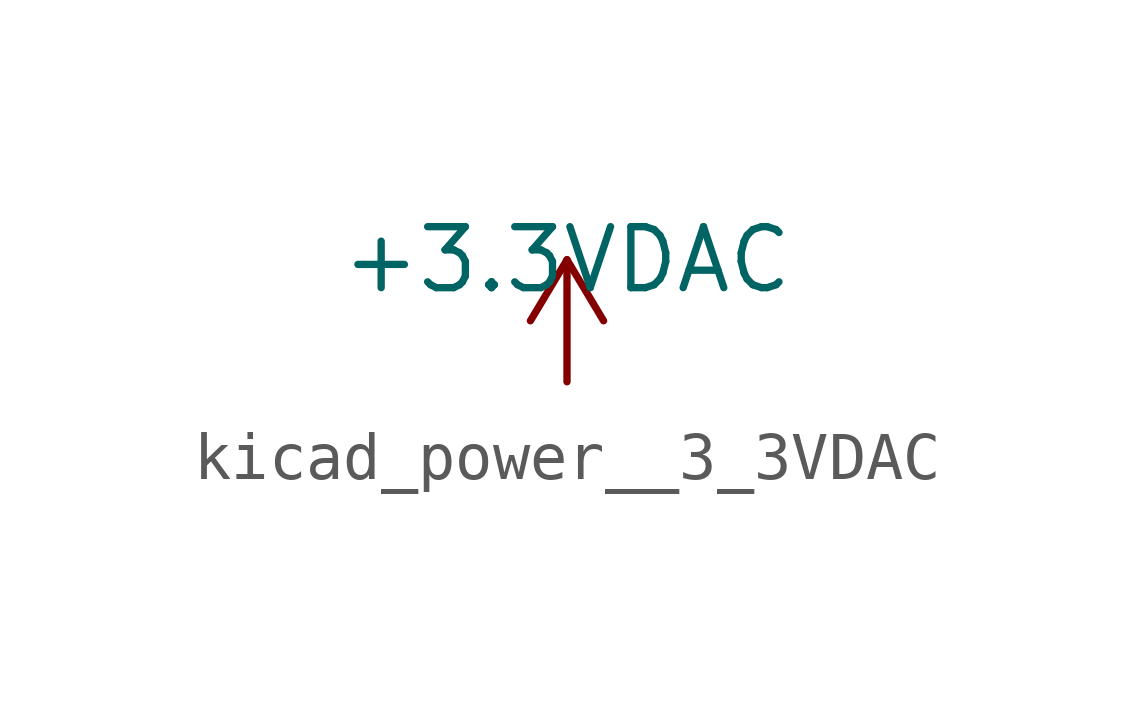
<source format=kicad_sym>
(kicad_symbol_lib
  (version 20220914)
  (generator kicad_symbol_editor)
  (symbol "kicad_power__3_3VDAC"
    (power)
    (pin_names
      (offset 0))
    (property "Reference" "#PWR"
      (at 3.81 -1.27 0)
      (effects (font (size 1.27 1.27)) hide))
    (property "Value" "+3.3VDAC"
      (at 0 2.54 0)
      (effects (font (size 1.27 1.27))))
    (symbol "kicad_power__3_3VDAC_0_0"
      (pin power_in line (at 0 0 90) (length 0) hide (name "+3.3VDAC" (effects (font (size 1.27 1.27)))) (number "1" (effects (font (size 1.27 1.27))))))
    (symbol "kicad_power__3_3VDAC_0_1"
      (polyline (pts (xy -0.762 1.27) (xy 0 2.54)) (stroke (width 0) (type default)) (fill (type none)))
      (polyline (pts (xy 0 0) (xy 0 2.54)) (stroke (width 0) (type default)) (fill (type none)))
      (polyline (pts (xy 0 2.54) (xy 0.762 1.27)) (stroke (width 0) (type default)) (fill (type none))))))
</source>
